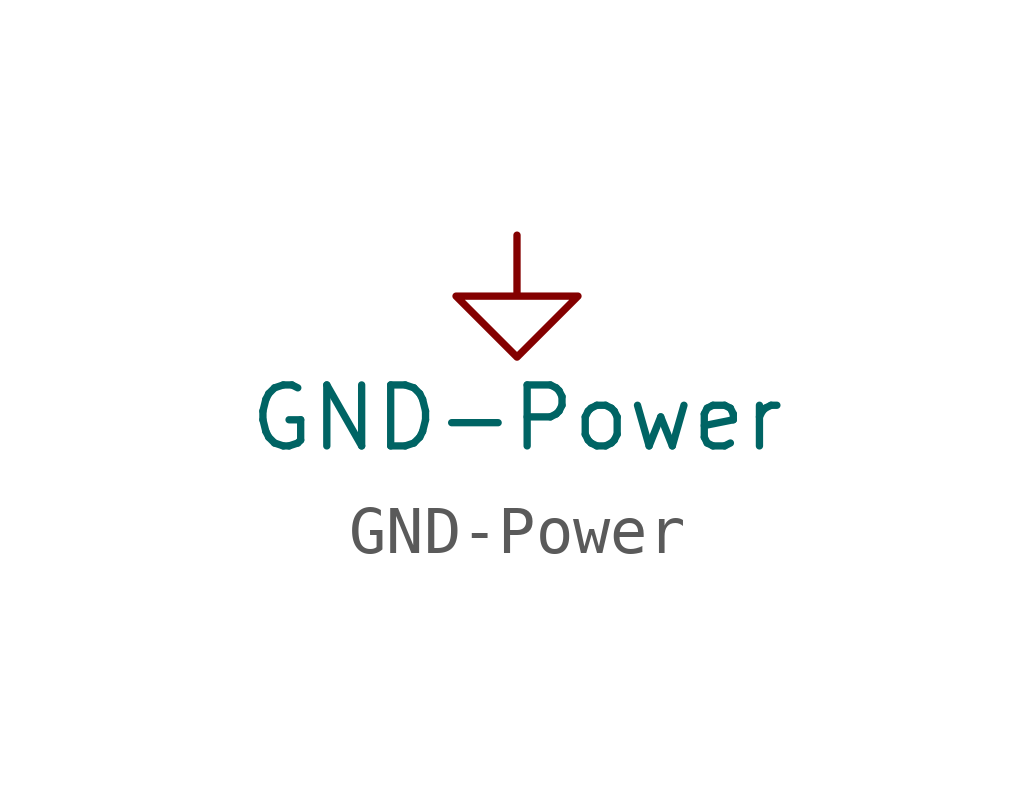
<source format=kicad_sym>
(kicad_symbol_lib
  (version 20200126)
  (host kicad_symbol_editor "(5.99.0-2809-gaceed2b0a4)")
  (symbol "LCD_Board-rescue:GND-Power"
    (power)
    (pin_names
      (offset 0))
    (property "Reference" "#PWR"
      (at 0 -6.35 0)
      (effects (font (size 1.27 1.27)) hide))
    (property "Value" "GND-Power"
      (at 0 -3.81 0)
      (effects (font (size 1.27 1.27))))
    (symbol "GND-Power_0_1"
      (polyline (pts (xy 0 0) (xy 0 -1.27) (xy 1.27 -1.27) (xy 0 -2.54) (xy -1.27 -1.27) (xy 0 -1.27)) (stroke (width 0)) (fill (type none))))
    (symbol "GND-Power_1_1"
      (pin power_in line (at 0 0 270) (length 0) hide (name "GND" (effects (font (size 1.27 1.27)))) (number "1" (effects (font (size 1.27 1.27))))))))
</source>
